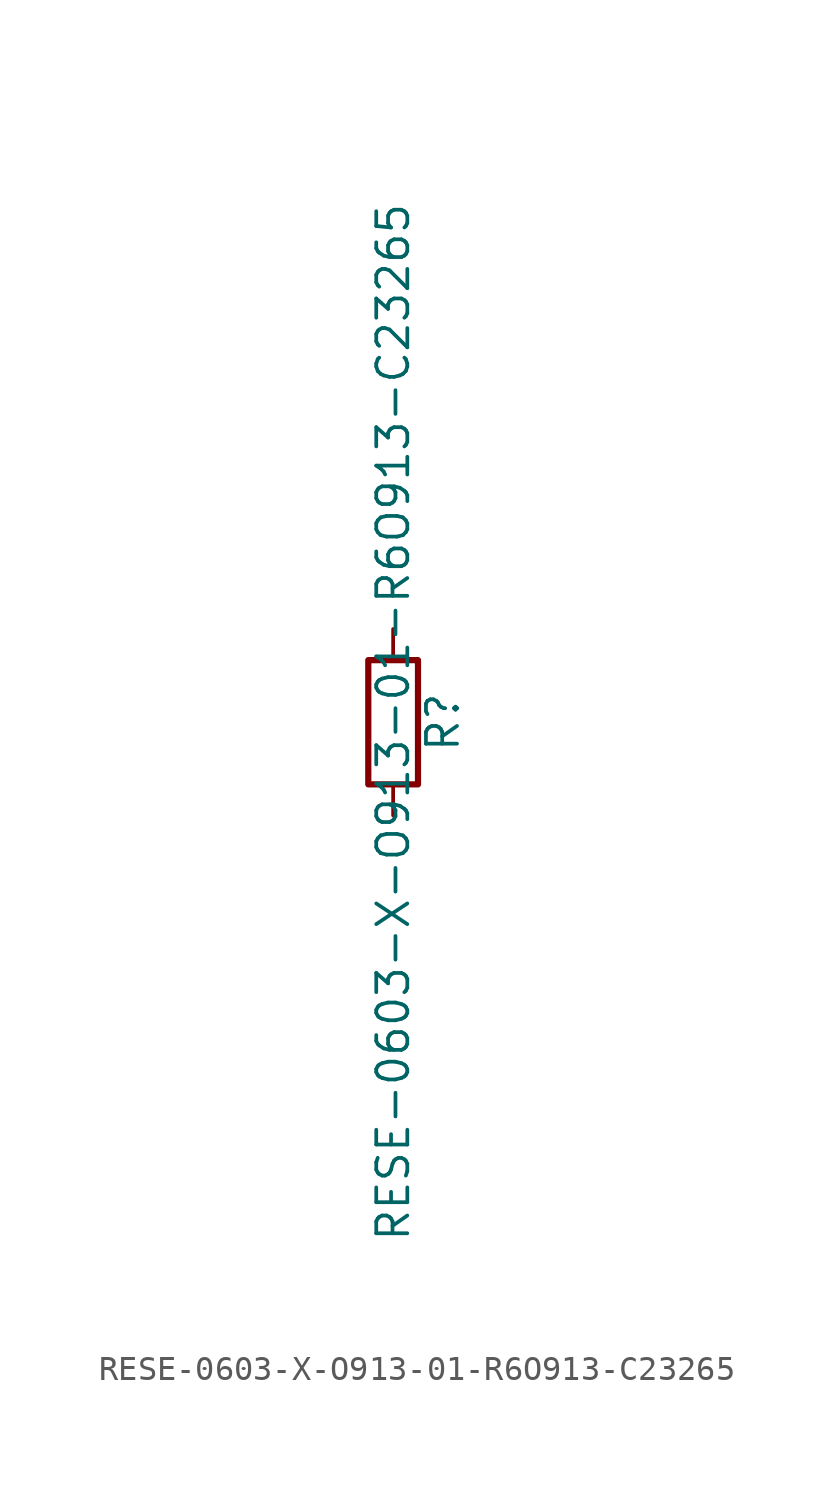
<source format=kicad_sym>
(kicad_symbol_lib
  (version 20211014)
  (generator kicad_symbol_editor)
  (symbol "RESE-0603-X-O913-01-R6O913-C23265"
    (pin_numbers hide)
    (pin_names
      (offset 0))
    (property "Reference" "R"
      (at 2.032 0 90)
      (effects (font (size 1.27 1.27))))
    (property "Value" "RESE-0603-X-O913-01-R6O913-C23265"
      (at 0 0 90)
      (effects (font (size 1.27 1.27))))
    (symbol "RESE-0603-X-O913-01-R6O913-C23265_0_1"
      (rectangle (start -1.016 -2.54) (end 1.016 2.54) (stroke (width 0.254) (type default) (color 0 0 0 0)) (fill (type none))))
    (symbol "RESE-0603-X-O913-01-R6O913-C23265_1_1"
      (pin passive line (at 0 3.81 270) (length 1.27) (name "~" (effects (font (size 1.27 1.27)))) (number "1" (effects (font (size 1.27 1.27)))))
      (pin passive line (at 0 -3.81 90) (length 1.27) (name "~" (effects (font (size 1.27 1.27)))) (number "2" (effects (font (size 1.27 1.27))))))))
</source>
